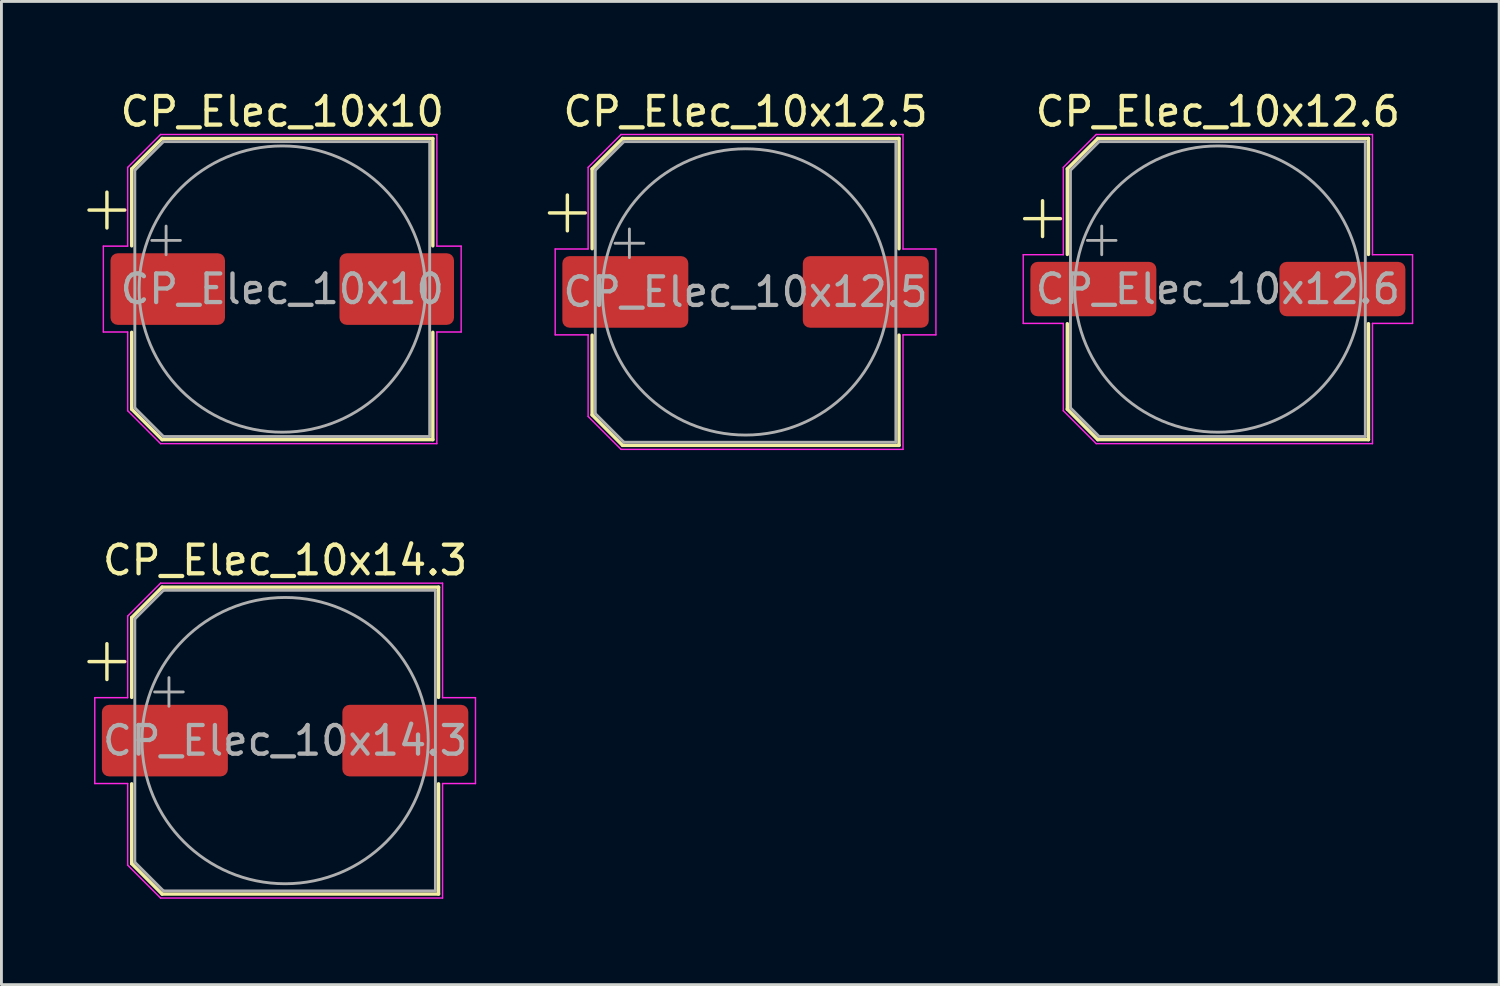
<source format=kicad_pcb>
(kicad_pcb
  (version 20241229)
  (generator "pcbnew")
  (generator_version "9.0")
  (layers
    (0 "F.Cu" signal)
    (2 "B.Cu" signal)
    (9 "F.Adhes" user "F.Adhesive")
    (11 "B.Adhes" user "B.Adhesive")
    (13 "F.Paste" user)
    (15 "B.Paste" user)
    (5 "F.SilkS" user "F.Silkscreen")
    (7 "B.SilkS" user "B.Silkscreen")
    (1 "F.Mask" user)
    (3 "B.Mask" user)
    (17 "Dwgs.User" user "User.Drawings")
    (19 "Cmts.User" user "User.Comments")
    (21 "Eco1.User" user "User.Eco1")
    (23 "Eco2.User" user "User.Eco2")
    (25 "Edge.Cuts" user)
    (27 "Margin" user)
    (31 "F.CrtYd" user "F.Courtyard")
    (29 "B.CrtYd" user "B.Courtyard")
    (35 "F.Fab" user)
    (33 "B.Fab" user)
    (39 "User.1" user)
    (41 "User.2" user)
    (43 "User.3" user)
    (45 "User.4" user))
  (footprint "CP_Elec_10x10"
    (layer "F.Cu")
    (at 6.81 7.048)
    (property "Reference" "CP_Elec_10x10" (at 0 -6.2 0) (layer "F.SilkS") (effects (font (size 1 1) (thickness 0.15))))
    (attr smd)
    (fp_line (start -6.75 -2.76) (end -5.5 -2.76) (stroke (width 0.12) (type solid)) (layer "F.SilkS"))
    (fp_line (start -6.125 -3.385) (end -6.125 -2.135) (stroke (width 0.12) (type solid)) (layer "F.SilkS"))
    (fp_line (start -5.26 -4.196) (end -5.26 -1.51) (stroke (width 0.12) (type solid)) (layer "F.SilkS"))
    (fp_line (start -5.26 -4.196) (end -4.196 -5.26) (stroke (width 0.12) (type solid)) (layer "F.SilkS"))
    (fp_line (start -5.26 4.196) (end -5.26 1.51) (stroke (width 0.12) (type solid)) (layer "F.SilkS"))
    (fp_line (start -5.26 4.196) (end -4.196 5.26) (stroke (width 0.12) (type solid)) (layer "F.SilkS"))
    (fp_line (start -4.196 -5.26) (end 5.26 -5.26) (stroke (width 0.12) (type solid)) (layer "F.SilkS"))
    (fp_line (start -4.196 5.26) (end 5.26 5.26) (stroke (width 0.12) (type solid)) (layer "F.SilkS"))
    (fp_line (start 5.26 -5.26) (end 5.26 -1.51) (stroke (width 0.12) (type solid)) (layer "F.SilkS"))
    (fp_line (start 5.26 5.26) (end 5.26 1.51) (stroke (width 0.12) (type solid)) (layer "F.SilkS"))
    (fp_line (start -6.25 -1.5) (end -6.25 1.5) (stroke (width 0.05) (type solid)) (layer "F.CrtYd"))
    (fp_line (start -6.25 1.5) (end -5.4 1.5) (stroke (width 0.05) (type solid)) (layer "F.CrtYd"))
    (fp_line (start -5.4 -4.25) (end -5.4 -1.5) (stroke (width 0.05) (type solid)) (layer "F.CrtYd"))
    (fp_line (start -5.4 -4.25) (end -4.25 -5.4) (stroke (width 0.05) (type solid)) (layer "F.CrtYd"))
    (fp_line (start -5.4 -1.5) (end -6.25 -1.5) (stroke (width 0.05) (type solid)) (layer "F.CrtYd"))
    (fp_line (start -5.4 1.5) (end -5.4 4.25) (stroke (width 0.05) (type solid)) (layer "F.CrtYd"))
    (fp_line (start -5.4 4.25) (end -4.25 5.4) (stroke (width 0.05) (type solid)) (layer "F.CrtYd"))
    (fp_line (start -4.25 -5.4) (end 5.4 -5.4) (stroke (width 0.05) (type solid)) (layer "F.CrtYd"))
    (fp_line (start -4.25 5.4) (end 5.4 5.4) (stroke (width 0.05) (type solid)) (layer "F.CrtYd"))
    (fp_line (start 5.4 -5.4) (end 5.4 -1.5) (stroke (width 0.05) (type solid)) (layer "F.CrtYd"))
    (fp_line (start 5.4 -1.5) (end 6.25 -1.5) (stroke (width 0.05) (type solid)) (layer "F.CrtYd"))
    (fp_line (start 5.4 1.5) (end 5.4 5.4) (stroke (width 0.05) (type solid)) (layer "F.CrtYd"))
    (fp_line (start 6.25 -1.5) (end 6.25 1.5) (stroke (width 0.05) (type solid)) (layer "F.CrtYd"))
    (fp_line (start 6.25 1.5) (end 5.4 1.5) (stroke (width 0.05) (type solid)) (layer "F.CrtYd"))
    (fp_line (start -5.15 -4.15) (end -5.15 4.15) (stroke (width 0.1) (type solid)) (layer "F.Fab"))
    (fp_line (start -5.15 -4.15) (end -4.15 -5.15) (stroke (width 0.1) (type solid)) (layer "F.Fab"))
    (fp_line (start -5.15 4.15) (end -4.15 5.15) (stroke (width 0.1) (type solid)) (layer "F.Fab"))
    (fp_line (start -4.558 -1.7) (end -3.558 -1.7) (stroke (width 0.1) (type solid)) (layer "F.Fab"))
    (fp_line (start -4.15 -5.15) (end 5.15 -5.15) (stroke (width 0.1) (type solid)) (layer "F.Fab"))
    (fp_line (start -4.15 5.15) (end 5.15 5.15) (stroke (width 0.1) (type solid)) (layer "F.Fab"))
    (fp_line (start -4.058 -2.2) (end -4.058 -1.2) (stroke (width 0.1) (type solid)) (layer "F.Fab"))
    (fp_line (start 5.15 -5.15) (end 5.15 5.15) (stroke (width 0.1) (type solid)) (layer "F.Fab"))
    (fp_circle (center 0 0) (end 5 0) (stroke (width 0.1) (type solid)) (fill no) (layer "F.Fab"))
    (fp_text user "${REFERENCE}" (at 0 0 0) (layer "F.Fab") (effects (font (size 1 1) (thickness 0.15))))
    (pad "1" smd roundrect (at -4 0) (size 4 2.5) (layers "F.Cu" "F.Mask" "F.Paste") (roundrect_rratio 0.1))
    (pad "2" smd roundrect (at 4 0) (size 4 2.5) (layers "F.Cu" "F.Mask" "F.Paste") (roundrect_rratio 0.1)))
  (footprint "CP_Elec_10x12.6"
    (layer "F.Cu")
    (at 39.495 7.048)
    (property "Reference" "CP_Elec_10x12.6" (at 0 -6.2 0) (layer "F.SilkS") (effects (font (size 1 1) (thickness 0.15))))
    (attr smd)
    (fp_line (start -6.75 -2.46) (end -5.5 -2.46) (stroke (width 0.12) (type solid)) (layer "F.SilkS"))
    (fp_line (start -6.125 -3.085) (end -6.125 -1.835) (stroke (width 0.12) (type solid)) (layer "F.SilkS"))
    (fp_line (start -5.26 -4.196) (end -5.26 -1.21) (stroke (width 0.12) (type solid)) (layer "F.SilkS"))
    (fp_line (start -5.26 -4.196) (end -4.196 -5.26) (stroke (width 0.12) (type solid)) (layer "F.SilkS"))
    (fp_line (start -5.26 4.196) (end -5.26 1.21) (stroke (width 0.12) (type solid)) (layer "F.SilkS"))
    (fp_line (start -5.26 4.196) (end -4.196 5.26) (stroke (width 0.12) (type solid)) (layer "F.SilkS"))
    (fp_line (start -4.196 -5.26) (end 5.26 -5.26) (stroke (width 0.12) (type solid)) (layer "F.SilkS"))
    (fp_line (start -4.196 5.26) (end 5.26 5.26) (stroke (width 0.12) (type solid)) (layer "F.SilkS"))
    (fp_line (start 5.26 -5.26) (end 5.26 -1.21) (stroke (width 0.12) (type solid)) (layer "F.SilkS"))
    (fp_line (start 5.26 5.26) (end 5.26 1.21) (stroke (width 0.12) (type solid)) (layer "F.SilkS"))
    (fp_line (start -6.8 -1.2) (end -6.8 1.2) (stroke (width 0.05) (type solid)) (layer "F.CrtYd"))
    (fp_line (start -6.8 1.2) (end -5.4 1.2) (stroke (width 0.05) (type solid)) (layer "F.CrtYd"))
    (fp_line (start -5.4 -4.25) (end -5.4 -1.2) (stroke (width 0.05) (type solid)) (layer "F.CrtYd"))
    (fp_line (start -5.4 -4.25) (end -4.25 -5.4) (stroke (width 0.05) (type solid)) (layer "F.CrtYd"))
    (fp_line (start -5.4 -1.2) (end -6.8 -1.2) (stroke (width 0.05) (type solid)) (layer "F.CrtYd"))
    (fp_line (start -5.4 1.2) (end -5.4 4.25) (stroke (width 0.05) (type solid)) (layer "F.CrtYd"))
    (fp_line (start -5.4 4.25) (end -4.25 5.4) (stroke (width 0.05) (type solid)) (layer "F.CrtYd"))
    (fp_line (start -4.25 -5.4) (end 5.4 -5.4) (stroke (width 0.05) (type solid)) (layer "F.CrtYd"))
    (fp_line (start -4.25 5.4) (end 5.4 5.4) (stroke (width 0.05) (type solid)) (layer "F.CrtYd"))
    (fp_line (start 5.4 -5.4) (end 5.4 -1.2) (stroke (width 0.05) (type solid)) (layer "F.CrtYd"))
    (fp_line (start 5.4 -1.2) (end 6.8 -1.2) (stroke (width 0.05) (type solid)) (layer "F.CrtYd"))
    (fp_line (start 5.4 1.2) (end 5.4 5.4) (stroke (width 0.05) (type solid)) (layer "F.CrtYd"))
    (fp_line (start 6.8 -1.2) (end 6.8 1.2) (stroke (width 0.05) (type solid)) (layer "F.CrtYd"))
    (fp_line (start 6.8 1.2) (end 5.4 1.2) (stroke (width 0.05) (type solid)) (layer "F.CrtYd"))
    (fp_line (start -5.15 -4.15) (end -5.15 4.15) (stroke (width 0.1) (type solid)) (layer "F.Fab"))
    (fp_line (start -5.15 -4.15) (end -4.15 -5.15) (stroke (width 0.1) (type solid)) (layer "F.Fab"))
    (fp_line (start -5.15 4.15) (end -4.15 5.15) (stroke (width 0.1) (type solid)) (layer "F.Fab"))
    (fp_line (start -4.558 -1.7) (end -3.558 -1.7) (stroke (width 0.1) (type solid)) (layer "F.Fab"))
    (fp_line (start -4.15 -5.15) (end 5.15 -5.15) (stroke (width 0.1) (type solid)) (layer "F.Fab"))
    (fp_line (start -4.15 5.15) (end 5.15 5.15) (stroke (width 0.1) (type solid)) (layer "F.Fab"))
    (fp_line (start -4.058 -2.2) (end -4.058 -1.2) (stroke (width 0.1) (type solid)) (layer "F.Fab"))
    (fp_line (start 5.15 -5.15) (end 5.15 5.15) (stroke (width 0.1) (type solid)) (layer "F.Fab"))
    (fp_circle (center 0 0) (end 5 0) (stroke (width 0.1) (type solid)) (fill no) (layer "F.Fab"))
    (fp_text user "${REFERENCE}" (at 0 0 0) (layer "F.Fab") (effects (font (size 1 1) (thickness 0.15))))
    (pad "1" smd roundrect (at -4.35 0) (size 4.4 1.9) (layers "F.Cu" "F.Mask" "F.Paste") (roundrect_rratio 0.132))
    (pad "2" smd roundrect (at 4.35 0) (size 4.4 1.9) (layers "F.Cu" "F.Mask" "F.Paste") (roundrect_rratio 0.132)))
  (footprint "CP_Elec_10x14.3"
    (layer "F.Cu")
    (at 6.91 22.822)
    (property "Reference" "CP_Elec_10x14.3" (at 0 -6.3 0) (layer "F.SilkS") (effects (font (size 1 1) (thickness 0.15))))
    (attr smd)
    (fp_line (start -6.85 -2.76) (end -5.6 -2.76) (stroke (width 0.12) (type solid)) (layer "F.SilkS"))
    (fp_line (start -6.225 -3.385) (end -6.225 -2.135) (stroke (width 0.12) (type solid)) (layer "F.SilkS"))
    (fp_line (start -5.36 -4.296) (end -5.36 -1.51) (stroke (width 0.12) (type solid)) (layer "F.SilkS"))
    (fp_line (start -5.36 -4.296) (end -4.296 -5.36) (stroke (width 0.12) (type solid)) (layer "F.SilkS"))
    (fp_line (start -5.36 4.296) (end -5.36 1.51) (stroke (width 0.12) (type solid)) (layer "F.SilkS"))
    (fp_line (start -5.36 4.296) (end -4.296 5.36) (stroke (width 0.12) (type solid)) (layer "F.SilkS"))
    (fp_line (start -4.296 -5.36) (end 5.36 -5.36) (stroke (width 0.12) (type solid)) (layer "F.SilkS"))
    (fp_line (start -4.296 5.36) (end 5.36 5.36) (stroke (width 0.12) (type solid)) (layer "F.SilkS"))
    (fp_line (start 5.36 -5.36) (end 5.36 -1.51) (stroke (width 0.12) (type solid)) (layer "F.SilkS"))
    (fp_line (start 5.36 5.36) (end 5.36 1.51) (stroke (width 0.12) (type solid)) (layer "F.SilkS"))
    (fp_line (start -6.65 -1.5) (end -6.65 1.5) (stroke (width 0.05) (type solid)) (layer "F.CrtYd"))
    (fp_line (start -6.65 1.5) (end -5.5 1.5) (stroke (width 0.05) (type solid)) (layer "F.CrtYd"))
    (fp_line (start -5.5 -4.35) (end -5.5 -1.5) (stroke (width 0.05) (type solid)) (layer "F.CrtYd"))
    (fp_line (start -5.5 -4.35) (end -4.35 -5.5) (stroke (width 0.05) (type solid)) (layer "F.CrtYd"))
    (fp_line (start -5.5 -1.5) (end -6.65 -1.5) (stroke (width 0.05) (type solid)) (layer "F.CrtYd"))
    (fp_line (start -5.5 1.5) (end -5.5 4.35) (stroke (width 0.05) (type solid)) (layer "F.CrtYd"))
    (fp_line (start -5.5 4.35) (end -4.35 5.5) (stroke (width 0.05) (type solid)) (layer "F.CrtYd"))
    (fp_line (start -4.35 -5.5) (end 5.5 -5.5) (stroke (width 0.05) (type solid)) (layer "F.CrtYd"))
    (fp_line (start -4.35 5.5) (end 5.5 5.5) (stroke (width 0.05) (type solid)) (layer "F.CrtYd"))
    (fp_line (start 5.5 -5.5) (end 5.5 -1.5) (stroke (width 0.05) (type solid)) (layer "F.CrtYd"))
    (fp_line (start 5.5 -1.5) (end 6.65 -1.5) (stroke (width 0.05) (type solid)) (layer "F.CrtYd"))
    (fp_line (start 5.5 1.5) (end 5.5 5.5) (stroke (width 0.05) (type solid)) (layer "F.CrtYd"))
    (fp_line (start 6.65 -1.5) (end 6.65 1.5) (stroke (width 0.05) (type solid)) (layer "F.CrtYd"))
    (fp_line (start 6.65 1.5) (end 5.5 1.5) (stroke (width 0.05) (type solid)) (layer "F.CrtYd"))
    (fp_line (start -5.25 -4.25) (end -5.25 4.25) (stroke (width 0.1) (type solid)) (layer "F.Fab"))
    (fp_line (start -5.25 -4.25) (end -4.25 -5.25) (stroke (width 0.1) (type solid)) (layer "F.Fab"))
    (fp_line (start -5.25 4.25) (end -4.25 5.25) (stroke (width 0.1) (type solid)) (layer "F.Fab"))
    (fp_line (start -4.558 -1.7) (end -3.558 -1.7) (stroke (width 0.1) (type solid)) (layer "F.Fab"))
    (fp_line (start -4.25 -5.25) (end 5.25 -5.25) (stroke (width 0.1) (type solid)) (layer "F.Fab"))
    (fp_line (start -4.25 5.25) (end 5.25 5.25) (stroke (width 0.1) (type solid)) (layer "F.Fab"))
    (fp_line (start -4.058 -2.2) (end -4.058 -1.2) (stroke (width 0.1) (type solid)) (layer "F.Fab"))
    (fp_line (start 5.25 -5.25) (end 5.25 5.25) (stroke (width 0.1) (type solid)) (layer "F.Fab"))
    (fp_circle (center 0 0) (end 5 0) (stroke (width 0.1) (type solid)) (fill no) (layer "F.Fab"))
    (fp_text user "${REFERENCE}" (at 0 0 0) (layer "F.Fab") (effects (font (size 1 1) (thickness 0.15))))
    (pad "1" smd roundrect (at -4.2 0) (size 4.4 2.5) (layers "F.Cu" "F.Mask" "F.Paste") (roundrect_rratio 0.1))
    (pad "2" smd roundrect (at 4.2 0) (size 4.4 2.5) (layers "F.Cu" "F.Mask" "F.Paste") (roundrect_rratio 0.1)))
  (footprint "CP_Elec_10x12.5"
    (layer "F.Cu")
    (at 22.995 7.148)
    (property "Reference" "CP_Elec_10x12.5" (at 0 -6.3 0) (layer "F.SilkS") (effects (font (size 1 1) (thickness 0.15))))
    (attr smd)
    (fp_line (start -6.85 -2.76) (end -5.6 -2.76) (stroke (width 0.12) (type solid)) (layer "F.SilkS"))
    (fp_line (start -6.225 -3.385) (end -6.225 -2.135) (stroke (width 0.12) (type solid)) (layer "F.SilkS"))
    (fp_line (start -5.36 -4.296) (end -5.36 -1.51) (stroke (width 0.12) (type solid)) (layer "F.SilkS"))
    (fp_line (start -5.36 -4.296) (end -4.296 -5.36) (stroke (width 0.12) (type solid)) (layer "F.SilkS"))
    (fp_line (start -5.36 4.296) (end -5.36 1.51) (stroke (width 0.12) (type solid)) (layer "F.SilkS"))
    (fp_line (start -5.36 4.296) (end -4.296 5.36) (stroke (width 0.12) (type solid)) (layer "F.SilkS"))
    (fp_line (start -4.296 -5.36) (end 5.36 -5.36) (stroke (width 0.12) (type solid)) (layer "F.SilkS"))
    (fp_line (start -4.296 5.36) (end 5.36 5.36) (stroke (width 0.12) (type solid)) (layer "F.SilkS"))
    (fp_line (start 5.36 -5.36) (end 5.36 -1.51) (stroke (width 0.12) (type solid)) (layer "F.SilkS"))
    (fp_line (start 5.36 5.36) (end 5.36 1.51) (stroke (width 0.12) (type solid)) (layer "F.SilkS"))
    (fp_line (start -6.65 -1.5) (end -6.65 1.5) (stroke (width 0.05) (type solid)) (layer "F.CrtYd"))
    (fp_line (start -6.65 1.5) (end -5.5 1.5) (stroke (width 0.05) (type solid)) (layer "F.CrtYd"))
    (fp_line (start -5.5 -4.35) (end -5.5 -1.5) (stroke (width 0.05) (type solid)) (layer "F.CrtYd"))
    (fp_line (start -5.5 -4.35) (end -4.35 -5.5) (stroke (width 0.05) (type solid)) (layer "F.CrtYd"))
    (fp_line (start -5.5 -1.5) (end -6.65 -1.5) (stroke (width 0.05) (type solid)) (layer "F.CrtYd"))
    (fp_line (start -5.5 1.5) (end -5.5 4.35) (stroke (width 0.05) (type solid)) (layer "F.CrtYd"))
    (fp_line (start -5.5 4.35) (end -4.35 5.5) (stroke (width 0.05) (type solid)) (layer "F.CrtYd"))
    (fp_line (start -4.35 -5.5) (end 5.5 -5.5) (stroke (width 0.05) (type solid)) (layer "F.CrtYd"))
    (fp_line (start -4.35 5.5) (end 5.5 5.5) (stroke (width 0.05) (type solid)) (layer "F.CrtYd"))
    (fp_line (start 5.5 -5.5) (end 5.5 -1.5) (stroke (width 0.05) (type solid)) (layer "F.CrtYd"))
    (fp_line (start 5.5 -1.5) (end 6.65 -1.5) (stroke (width 0.05) (type solid)) (layer "F.CrtYd"))
    (fp_line (start 5.5 1.5) (end 5.5 5.5) (stroke (width 0.05) (type solid)) (layer "F.CrtYd"))
    (fp_line (start 6.65 -1.5) (end 6.65 1.5) (stroke (width 0.05) (type solid)) (layer "F.CrtYd"))
    (fp_line (start 6.65 1.5) (end 5.5 1.5) (stroke (width 0.05) (type solid)) (layer "F.CrtYd"))
    (fp_line (start -5.25 -4.25) (end -5.25 4.25) (stroke (width 0.1) (type solid)) (layer "F.Fab"))
    (fp_line (start -5.25 -4.25) (end -4.25 -5.25) (stroke (width 0.1) (type solid)) (layer "F.Fab"))
    (fp_line (start -5.25 4.25) (end -4.25 5.25) (stroke (width 0.1) (type solid)) (layer "F.Fab"))
    (fp_line (start -4.558 -1.7) (end -3.558 -1.7) (stroke (width 0.1) (type solid)) (layer "F.Fab"))
    (fp_line (start -4.25 -5.25) (end 5.25 -5.25) (stroke (width 0.1) (type solid)) (layer "F.Fab"))
    (fp_line (start -4.25 5.25) (end 5.25 5.25) (stroke (width 0.1) (type solid)) (layer "F.Fab"))
    (fp_line (start -4.058 -2.2) (end -4.058 -1.2) (stroke (width 0.1) (type solid)) (layer "F.Fab"))
    (fp_line (start 5.25 -5.25) (end 5.25 5.25) (stroke (width 0.1) (type solid)) (layer "F.Fab"))
    (fp_circle (center 0 0) (end 5 0) (stroke (width 0.1) (type solid)) (fill no) (layer "F.Fab"))
    (fp_text user "${REFERENCE}" (at 0 0 0) (layer "F.Fab") (effects (font (size 1 1) (thickness 0.15))))
    (pad "1" smd roundrect (at -4.2 0) (size 4.4 2.5) (layers "F.Cu" "F.Mask" "F.Paste") (roundrect_rratio 0.1))
    (pad "2" smd roundrect (at 4.2 0) (size 4.4 2.5) (layers "F.Cu" "F.Mask" "F.Paste") (roundrect_rratio 0.1)))
  (gr_rect
    (start -3 -3)
    (end 49.32 31.346)
    (stroke (width 0.1) (type default))
    (fill no)
    (layer "Edge.Cuts")))
</source>
